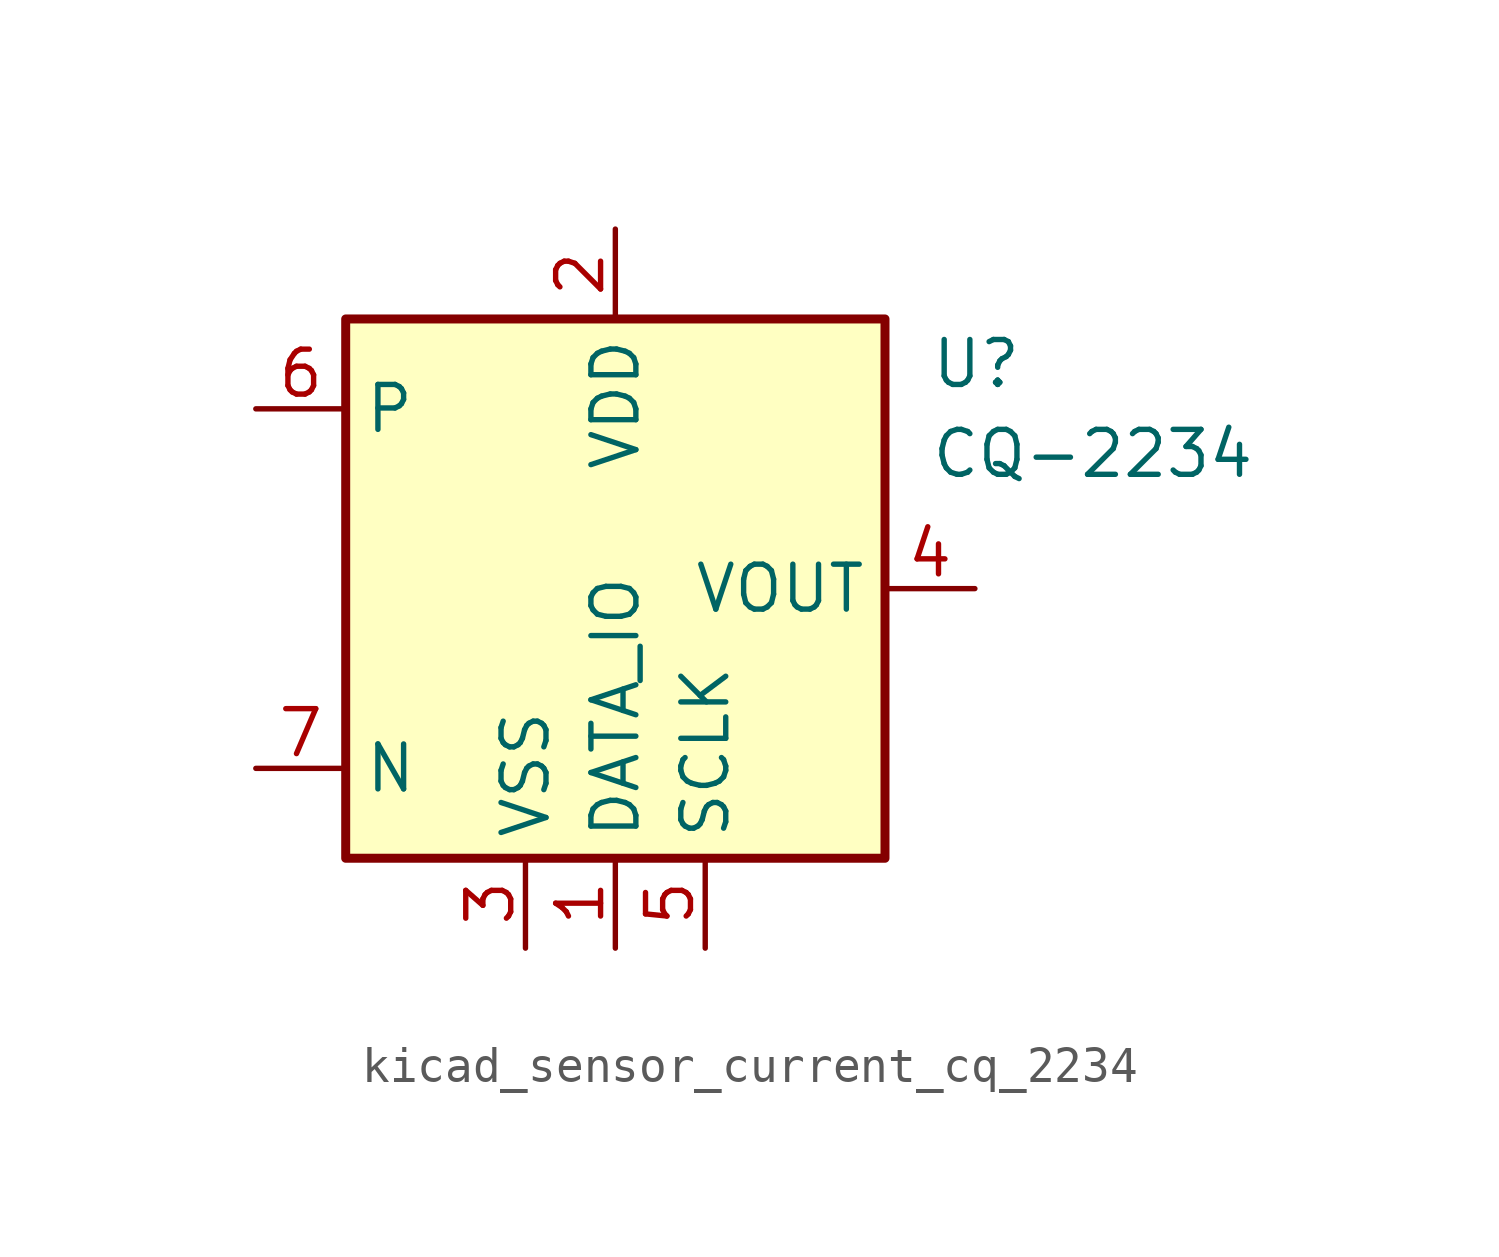
<source format=kicad_sym>
(kicad_symbol_lib
  (version 20220914)
  (generator kicad_symbol_editor)
  (symbol "kicad_sensor_current_cq_2234"
    (property "Reference" "U"
      (at 8.89 6.35 0)
      (effects (font (size 1.27 1.27)) (justify left)))
    (property "Value" "CQ-2234"
      (at 8.89 3.81 0)
      (effects (font (size 1.27 1.27)) (justify left)))
    (symbol "kicad_sensor_current_cq_2234_0_1"
      (rectangle (start -7.62 7.62) (end 7.62 -7.62) (stroke (width 0.254) (type default)) (fill (type background))))
    (symbol "kicad_sensor_current_cq_2234_1_1"
      (pin power_in line (at 0 -10.16 90) (length 2.54) (name "DATA_IO" (effects (font (size 1.27 1.27)))) (number "1" (effects (font (size 1.27 1.27)))))
      (pin power_in line (at 0 10.16 270) (length 2.54) (name "VDD" (effects (font (size 1.27 1.27)))) (number "2" (effects (font (size 1.27 1.27)))))
      (pin power_in line (at -2.54 -10.16 90) (length 2.54) (name "VSS" (effects (font (size 1.27 1.27)))) (number "3" (effects (font (size 1.27 1.27)))))
      (pin output line (at 10.16 0 180) (length 2.54) (name "VOUT" (effects (font (size 1.27 1.27)))) (number "4" (effects (font (size 1.27 1.27)))))
      (pin power_in line (at 2.54 -10.16 90) (length 2.54) (name "SCLK" (effects (font (size 1.27 1.27)))) (number "5" (effects (font (size 1.27 1.27)))))
      (pin passive line (at -10.16 5.08 0) (length 2.54) (name "P" (effects (font (size 1.27 1.27)))) (number "6" (effects (font (size 1.27 1.27)))))
      (pin passive line (at -10.16 -5.08 0) (length 2.54) (name "N" (effects (font (size 1.27 1.27)))) (number "7" (effects (font (size 1.27 1.27))))))))
</source>
